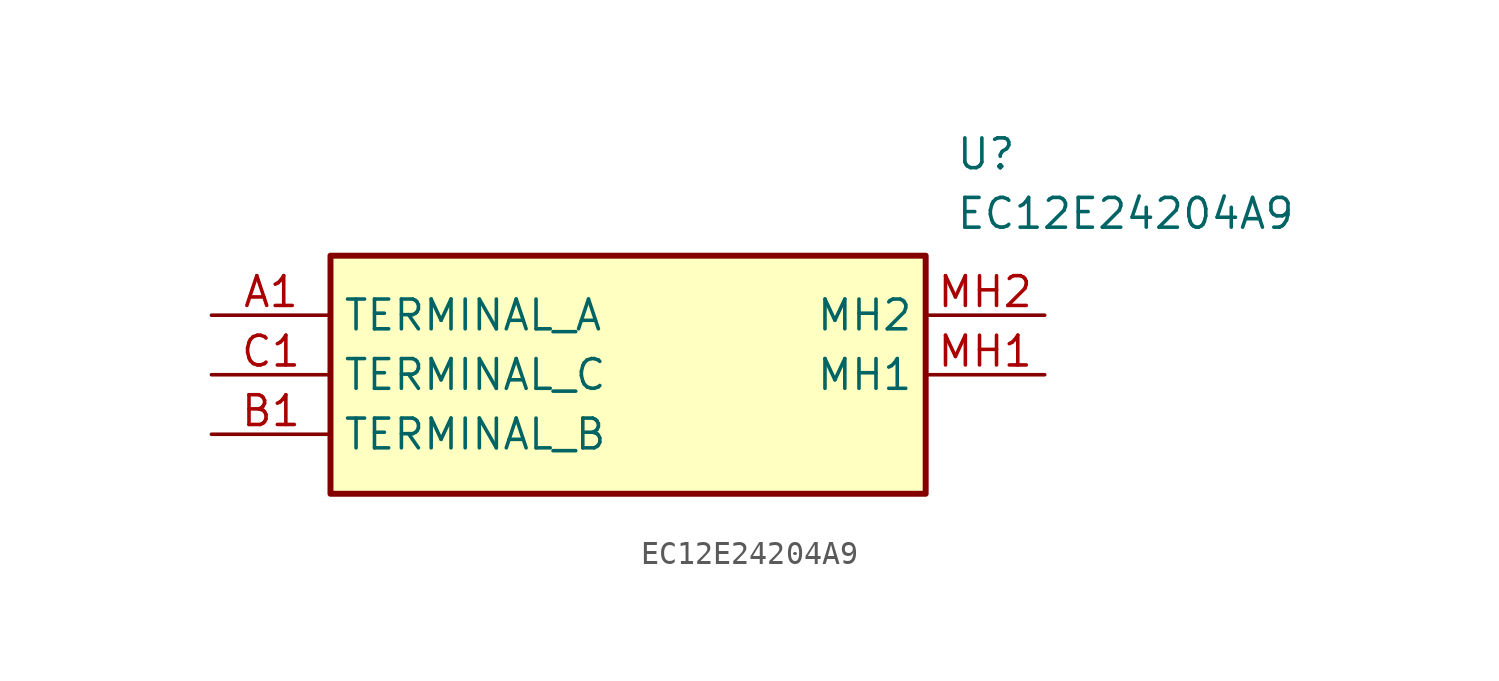
<source format=kicad_sym>
(kicad_symbol_lib
  (version 20211014)
  (generator SamacSys_ECAD_Model)
  (symbol "EC12E24204A9"
    (property "Reference" "U"
      (at 31.75 7.62 0)
      (effects (font (size 1.27 1.27)) (justify left top)))
    (property "Value" "EC12E24204A9"
      (at 31.75 5.08 0)
      (effects (font (size 1.27 1.27)) (justify left top)))
    (rectangle
      (start 5.08 2.54)
      (end 30.48 -7.62)
      (stroke (width 0.254) (type default))
      (fill (type background)))
    (pin passive line
      (at 0 0 0)
      (length 5.08)
      (name "TERMINAL_A" (effects (font (size 1.27 1.27))))
      (number "A1" (effects (font (size 1.27 1.27)))))
    (pin passive line
      (at 0 -5.08 0)
      (length 5.08)
      (name "TERMINAL_B" (effects (font (size 1.27 1.27))))
      (number "B1" (effects (font (size 1.27 1.27)))))
    (pin passive line
      (at 0 -2.54 0)
      (length 5.08)
      (name "TERMINAL_C" (effects (font (size 1.27 1.27))))
      (number "C1" (effects (font (size 1.27 1.27)))))
    (pin passive line
      (at 35.56 -2.54 180)
      (length 5.08)
      (name "MH1" (effects (font (size 1.27 1.27))))
      (number "MH1" (effects (font (size 1.27 1.27)))))
    (pin passive line
      (at 35.56 0 180)
      (length 5.08)
      (name "MH2" (effects (font (size 1.27 1.27))))
      (number "MH2" (effects (font (size 1.27 1.27)))))))
</source>
